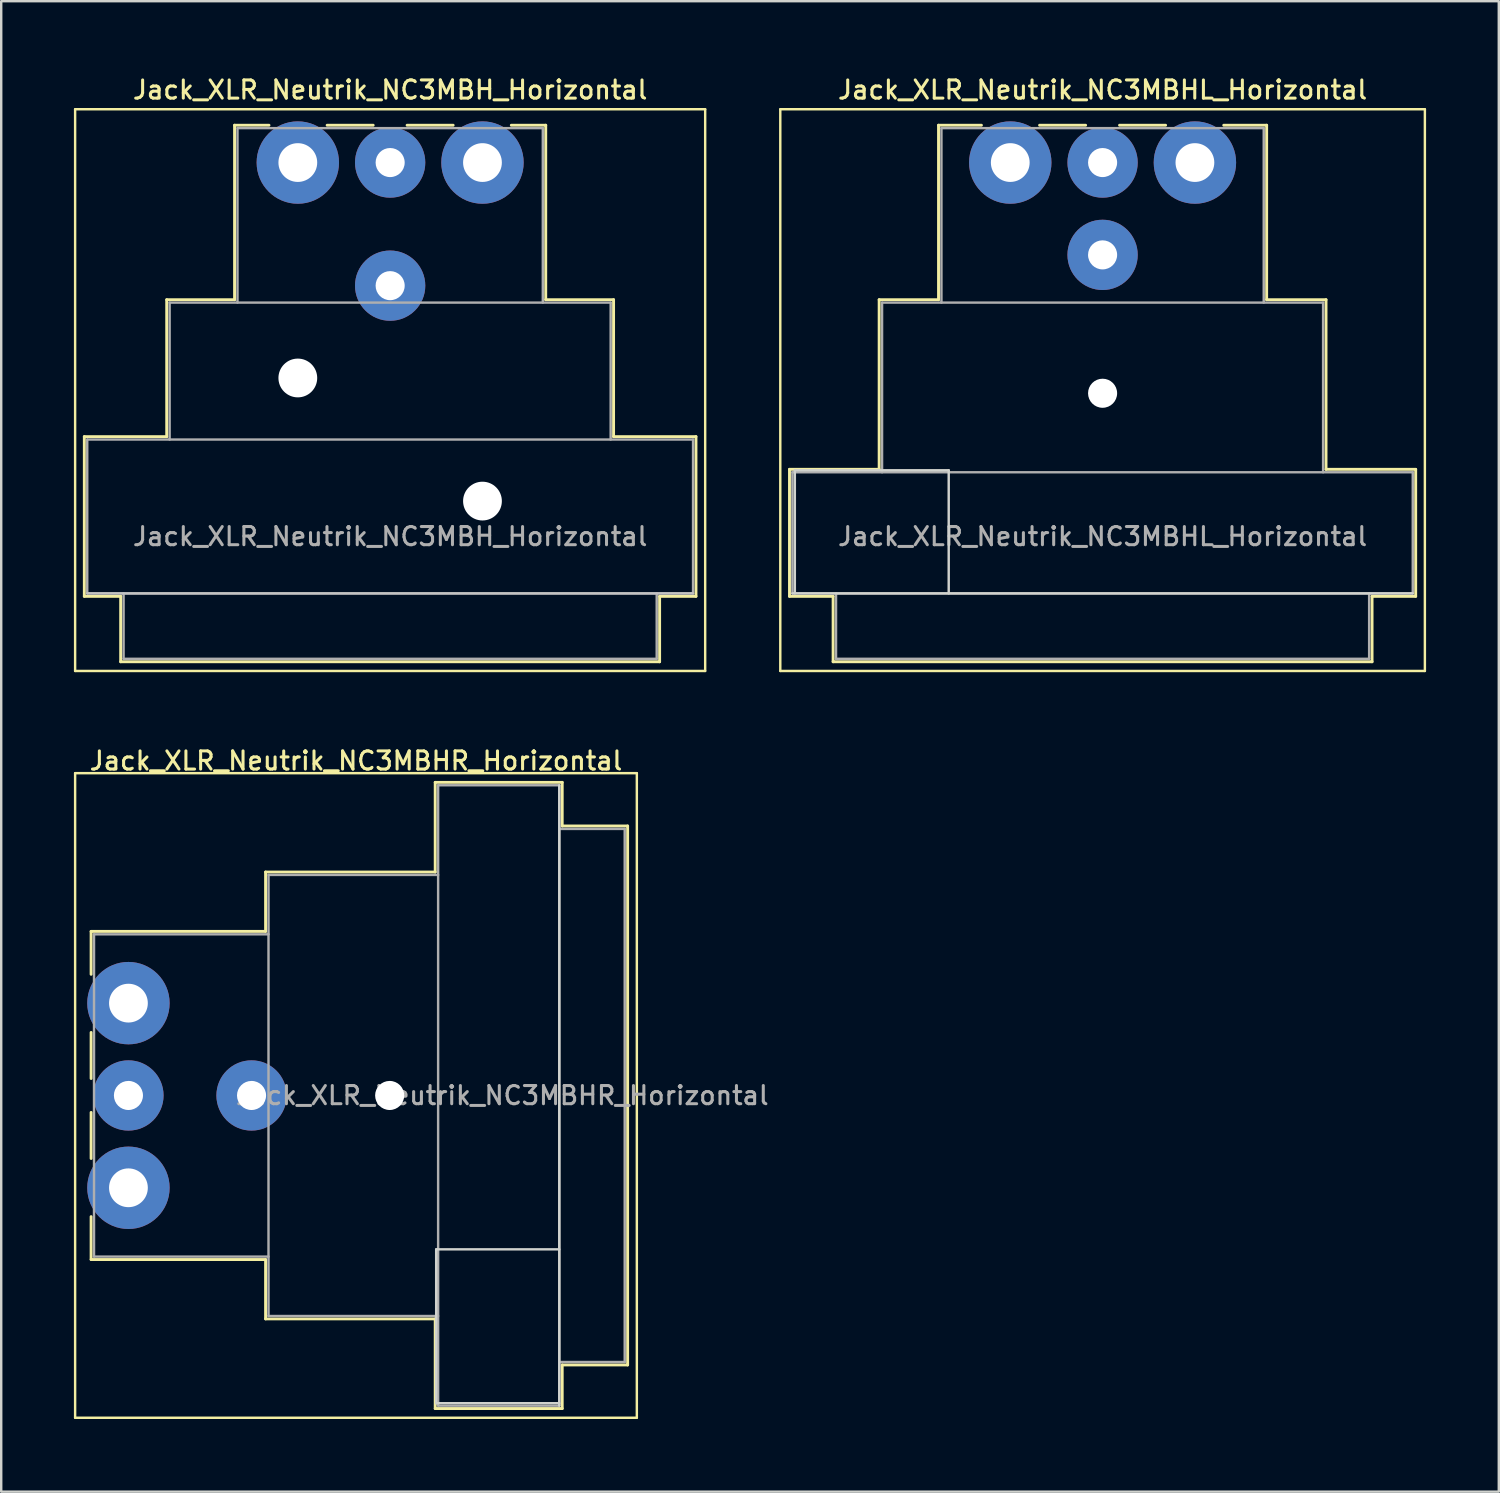
<source format=kicad_pcb>
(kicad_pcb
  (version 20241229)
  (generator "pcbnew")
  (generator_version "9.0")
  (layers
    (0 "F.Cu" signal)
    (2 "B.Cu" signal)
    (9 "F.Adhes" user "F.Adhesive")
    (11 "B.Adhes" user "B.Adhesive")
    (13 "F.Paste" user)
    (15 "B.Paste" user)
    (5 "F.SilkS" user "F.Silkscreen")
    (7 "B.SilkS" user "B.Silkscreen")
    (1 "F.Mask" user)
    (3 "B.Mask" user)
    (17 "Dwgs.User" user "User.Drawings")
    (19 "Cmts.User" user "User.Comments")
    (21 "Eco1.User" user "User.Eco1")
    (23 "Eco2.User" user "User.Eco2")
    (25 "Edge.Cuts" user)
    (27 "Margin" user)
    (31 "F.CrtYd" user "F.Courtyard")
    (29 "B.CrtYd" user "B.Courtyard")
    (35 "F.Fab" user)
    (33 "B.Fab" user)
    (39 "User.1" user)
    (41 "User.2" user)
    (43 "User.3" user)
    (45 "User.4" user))
  (footprint "Jack_XLR_Neutrik_NC3MBH_Horizontal"
    (layer "F.Cu")
    (at 9.24 3.658)
    (property "Reference" "Jack_XLR_Neutrik_NC3MBH_Horizontal" (at 3.81 -3 0) (layer "F.SilkS") (effects (font (size 0.75 0.75) (thickness 0.125))))
    (attr through_hole)
    (fp_line (start -9.19 20.98) (end -9.19 -2.2) (stroke (width 0.1) (type solid)) (layer "F.SilkS"))
    (fp_line (start -8.81 11.31) (end -5.41 11.31) (stroke (width 0.12) (type solid)) (layer "F.SilkS"))
    (fp_line (start -8.81 17.9) (end -8.81 11.31) (stroke (width 0.12) (type solid)) (layer "F.SilkS"))
    (fp_line (start -7.31 17.9) (end -8.81 17.9) (stroke (width 0.12) (type solid)) (layer "F.SilkS"))
    (fp_line (start -7.31 17.9) (end -7.31 20.6) (stroke (width 0.12) (type solid)) (layer "F.SilkS"))
    (fp_line (start -5.41 11.31) (end -5.41 5.66) (stroke (width 0.12) (type solid)) (layer "F.SilkS"))
    (fp_line (start -2.61 5.66) (end -5.41 5.66) (stroke (width 0.12) (type solid)) (layer "F.SilkS"))
    (fp_line (start -2.61 5.66) (end -2.61 -1.54) (stroke (width 0.12) (type solid)) (layer "F.SilkS"))
    (fp_line (start -1.19 -1.54) (end -2.61 -1.54) (stroke (width 0.12) (type solid)) (layer "F.SilkS"))
    (fp_line (start 3.11 -1.54) (end 1.21 -1.54) (stroke (width 0.12) (type solid)) (layer "F.SilkS"))
    (fp_line (start 4.51 -1.54) (end 6.41 -1.54) (stroke (width 0.12) (type solid)) (layer "F.SilkS"))
    (fp_line (start 10.23 -1.54) (end 8.81 -1.54) (stroke (width 0.12) (type solid)) (layer "F.SilkS"))
    (fp_line (start 10.23 5.66) (end 10.23 -1.54) (stroke (width 0.12) (type solid)) (layer "F.SilkS"))
    (fp_line (start 10.23 5.66) (end 13.03 5.66) (stroke (width 0.12) (type solid)) (layer "F.SilkS"))
    (fp_line (start 13.03 11.31) (end 13.03 5.66) (stroke (width 0.12) (type solid)) (layer "F.SilkS"))
    (fp_line (start 13.03 11.31) (end 16.43 11.31) (stroke (width 0.12) (type solid)) (layer "F.SilkS"))
    (fp_line (start 14.93 17.9) (end 14.93 20.6) (stroke (width 0.12) (type solid)) (layer "F.SilkS"))
    (fp_line (start 14.93 20.6) (end -7.31 20.6) (stroke (width 0.12) (type solid)) (layer "F.SilkS"))
    (fp_line (start 16.43 17.9) (end 14.93 17.9) (stroke (width 0.12) (type solid)) (layer "F.SilkS"))
    (fp_line (start 16.43 17.9) (end 16.43 11.31) (stroke (width 0.12) (type solid)) (layer "F.SilkS"))
    (fp_line (start 16.81 -2.2) (end -9.19 -2.2) (stroke (width 0.1) (type solid)) (layer "F.SilkS"))
    (fp_line (start 16.81 20.98) (end -9.19 20.98) (stroke (width 0.1) (type solid)) (layer "F.SilkS"))
    (fp_line (start 16.81 20.98) (end 16.81 -2.2) (stroke (width 0.1) (type solid)) (layer "F.SilkS"))
    (fp_line (start 16.31 17.78) (end -8.69 17.78) (stroke (width 0.1) (type solid)) (layer "Dwgs.User"))
    (fp_line (start -8.69 11.43) (end 16.31 11.43) (stroke (width 0.1) (type solid)) (layer "F.Fab"))
    (fp_line (start -8.69 17.78) (end -8.69 11.43) (stroke (width 0.1) (type solid)) (layer "F.Fab"))
    (fp_line (start -7.19 20.48) (end -7.19 17.78) (stroke (width 0.1) (type solid)) (layer "F.Fab"))
    (fp_line (start -5.29 5.78) (end -5.29 11.43) (stroke (width 0.1) (type solid)) (layer "F.Fab"))
    (fp_line (start -5.29 5.78) (end 12.91 5.78) (stroke (width 0.1) (type solid)) (layer "F.Fab"))
    (fp_line (start -2.49 5.78) (end -2.49 -1.42) (stroke (width 0.1) (type solid)) (layer "F.Fab"))
    (fp_line (start 10.11 -1.42) (end -2.49 -1.42) (stroke (width 0.1) (type solid)) (layer "F.Fab"))
    (fp_line (start 10.11 5.78) (end 10.11 -1.42) (stroke (width 0.1) (type solid)) (layer "F.Fab"))
    (fp_line (start 12.91 11.43) (end 12.91 5.78) (stroke (width 0.1) (type solid)) (layer "F.Fab"))
    (fp_line (start 14.81 17.78) (end 14.81 20.48) (stroke (width 0.1) (type solid)) (layer "F.Fab"))
    (fp_line (start 14.81 20.48) (end -7.19 20.48) (stroke (width 0.1) (type solid)) (layer "F.Fab"))
    (fp_line (start 16.31 11.43) (end 16.31 17.78) (stroke (width 0.1) (type solid)) (layer "F.Fab"))
    (fp_line (start 16.31 17.78) (end -8.69 17.78) (stroke (width 0.1) (type solid)) (layer "F.Fab"))
    (fp_text user "${REFERENCE}" (at 3.81 15.43 0) (layer "F.Fab") (effects (font (size 0.75 0.75) (thickness 0.125))))
    (pad "" np_thru_hole circle (at 0 8.89) (size 1.6 1.6) (drill 1.6) (layers "*.Cu" "*.Mask"))
    (pad "" np_thru_hole circle (at 7.62 13.97) (size 1.6 1.6) (drill 1.6) (layers "*.Cu" "*.Mask"))
    (pad "1" thru_hole circle (at 0 0) (size 3.4 3.4) (drill 1.6) (layers "*.Cu" "*.Mask"))
    (pad "2" thru_hole circle (at 7.62 0) (size 3.4 3.4) (drill 1.6) (layers "*.Cu" "*.Mask"))
    (pad "3" thru_hole circle (at 3.81 0) (size 2.9 2.9) (drill 1.2) (layers "*.Cu" "*.Mask"))
    (pad "G" thru_hole circle (at 3.81 5.08) (size 2.9 2.9) (drill 1.2) (layers "*.Cu" "*.Mask")))
  (footprint "Jack_XLR_Neutrik_NC3MBHR_Horizontal"
    (layer "F.Cu")
    (at 2.25 38.346)
    (property "Reference" "Jack_XLR_Neutrik_NC3MBHR_Horizontal" (at 9.39 -10 0) (layer "F.SilkS") (effects (font (size 0.75 0.75) (thickness 0.125))))
    (attr through_hole)
    (fp_line (start -2.2 -9.49) (end -2.2 17.11) (stroke (width 0.1) (type solid)) (layer "F.SilkS"))
    (fp_line (start -1.54 -2.96) (end -1.54 -1.19) (stroke (width 0.12) (type solid)) (layer "F.SilkS"))
    (fp_line (start -1.54 3.11) (end -1.54 1.21) (stroke (width 0.12) (type solid)) (layer "F.SilkS"))
    (fp_line (start -1.54 4.51) (end -1.54 6.41) (stroke (width 0.12) (type solid)) (layer "F.SilkS"))
    (fp_line (start -1.54 8.81) (end -1.54 10.58) (stroke (width 0.12) (type solid)) (layer "F.SilkS"))
    (fp_line (start 5.66 -2.96) (end -1.54 -2.96) (stroke (width 0.12) (type solid)) (layer "F.SilkS"))
    (fp_line (start 5.66 -2.96) (end 5.66 -5.41) (stroke (width 0.12) (type solid)) (layer "F.SilkS"))
    (fp_line (start 5.66 10.58) (end -1.54 10.58) (stroke (width 0.12) (type solid)) (layer "F.SilkS"))
    (fp_line (start 5.66 10.58) (end 5.66 13.03) (stroke (width 0.12) (type solid)) (layer "F.SilkS"))
    (fp_line (start 12.66 -5.41) (end 5.66 -5.41) (stroke (width 0.12) (type solid)) (layer "F.SilkS"))
    (fp_line (start 12.66 -5.41) (end 12.66 -9.11) (stroke (width 0.12) (type solid)) (layer "F.SilkS"))
    (fp_line (start 12.66 13.03) (end 5.66 13.03) (stroke (width 0.12) (type solid)) (layer "F.SilkS"))
    (fp_line (start 12.66 16.73) (end 12.66 13.03) (stroke (width 0.12) (type solid)) (layer "F.SilkS"))
    (fp_line (start 17.9 -9.11) (end 12.66 -9.11) (stroke (width 0.12) (type solid)) (layer "F.SilkS"))
    (fp_line (start 17.9 -9.11) (end 17.9 -7.31) (stroke (width 0.12) (type solid)) (layer "F.SilkS"))
    (fp_line (start 17.9 -7.31) (end 20.6 -7.31) (stroke (width 0.12) (type solid)) (layer "F.SilkS"))
    (fp_line (start 17.9 14.93) (end 17.9 16.73) (stroke (width 0.12) (type solid)) (layer "F.SilkS"))
    (fp_line (start 17.9 14.93) (end 20.6 14.93) (stroke (width 0.12) (type solid)) (layer "F.SilkS"))
    (fp_line (start 17.9 16.73) (end 12.66 16.73) (stroke (width 0.12) (type solid)) (layer "F.SilkS"))
    (fp_line (start 20.6 -7.31) (end 20.6 14.93) (stroke (width 0.12) (type solid)) (layer "F.SilkS"))
    (fp_line (start 20.98 -9.49) (end -2.2 -9.49) (stroke (width 0.1) (type solid)) (layer "F.SilkS"))
    (fp_line (start 20.98 -9.49) (end 20.98 17.11) (stroke (width 0.1) (type solid)) (layer "F.SilkS"))
    (fp_line (start 20.98 17.11) (end -2.2 17.11) (stroke (width 0.1) (type solid)) (layer "F.SilkS"))
    (fp_line (start 12.7 10.16) (end 12.7 16.51) (stroke (width 0.1) (type solid)) (layer "Edge.Cuts"))
    (fp_line (start 12.7 16.51) (end 17.78 16.51) (stroke (width 0.1) (type solid)) (layer "Edge.Cuts"))
    (fp_line (start 17.78 -8.99) (end 17.78 16.61) (stroke (width 0.1) (type solid)) (layer "Edge.Cuts"))
    (fp_line (start 17.78 10.16) (end 12.7 10.16) (stroke (width 0.1) (type solid)) (layer "Edge.Cuts"))
    (fp_line (start -1.42 -2.84) (end -1.42 10.46) (stroke (width 0.1) (type solid)) (layer "F.Fab"))
    (fp_line (start 5.78 -2.84) (end -1.42 -2.84) (stroke (width 0.1) (type solid)) (layer "F.Fab"))
    (fp_line (start 5.78 10.46) (end -1.42 10.46) (stroke (width 0.1) (type solid)) (layer "F.Fab"))
    (fp_line (start 5.78 12.91) (end 5.78 -5.29) (stroke (width 0.1) (type solid)) (layer "F.Fab"))
    (fp_line (start 5.78 12.91) (end 12.78 12.91) (stroke (width 0.1) (type solid)) (layer "F.Fab"))
    (fp_line (start 12.78 -8.99) (end 17.78 -8.99) (stroke (width 0.1) (type solid)) (layer "F.Fab"))
    (fp_line (start 12.78 -5.29) (end 5.78 -5.29) (stroke (width 0.1) (type solid)) (layer "F.Fab"))
    (fp_line (start 12.78 16.61) (end 12.78 -8.99) (stroke (width 0.1) (type solid)) (layer "F.Fab"))
    (fp_line (start 17.78 -8.99) (end 17.78 16.61) (stroke (width 0.1) (type solid)) (layer "F.Fab"))
    (fp_line (start 17.78 -7.19) (end 20.48 -7.19) (stroke (width 0.1) (type solid)) (layer "F.Fab"))
    (fp_line (start 17.78 16.61) (end 12.78 16.61) (stroke (width 0.1) (type solid)) (layer "F.Fab"))
    (fp_line (start 20.48 -7.19) (end 20.48 14.81) (stroke (width 0.1) (type solid)) (layer "F.Fab"))
    (fp_line (start 20.48 14.81) (end 17.78 14.81) (stroke (width 0.1) (type solid)) (layer "F.Fab"))
    (fp_text user "${REFERENCE}" (at 15.43 3.81 0) (layer "F.Fab") (effects (font (size 0.75 0.75) (thickness 0.125))))
    (pad "" np_thru_hole circle (at 10.78 3.81) (size 1.2 1.2) (drill 1.2) (layers "*.Cu" "*.Mask"))
    (pad "1" thru_hole circle (at 0 0) (size 3.4 3.4) (drill 1.6) (layers "*.Cu" "*.Mask"))
    (pad "2" thru_hole circle (at 0 3.81) (size 2.9 2.9) (drill 1.2) (layers "*.Cu" "*.Mask"))
    (pad "3" thru_hole circle (at 0 7.62) (size 3.4 3.4) (drill 1.6) (layers "*.Cu" "*.Mask"))
    (pad "G" thru_hole circle (at 5.08 3.81) (size 2.9 2.9) (drill 1.2) (layers "*.Cu" "*.Mask")))
  (footprint "Jack_XLR_Neutrik_NC3MBHL_Horizontal"
    (layer "F.Cu")
    (at 38.64 3.658)
    (property "Reference" "Jack_XLR_Neutrik_NC3MBHL_Horizontal" (at 3.81 -3 0) (layer "F.SilkS") (effects (font (size 0.75 0.75) (thickness 0.125))))
    (attr through_hole)
    (fp_line (start -9.49 20.98) (end -9.49 -2.2) (stroke (width 0.1) (type solid)) (layer "F.SilkS"))
    (fp_line (start -9.11 12.66) (end -5.41 12.66) (stroke (width 0.12) (type solid)) (layer "F.SilkS"))
    (fp_line (start -9.11 17.9) (end -9.11 12.66) (stroke (width 0.12) (type solid)) (layer "F.SilkS"))
    (fp_line (start -7.31 17.9) (end -9.11 17.9) (stroke (width 0.12) (type solid)) (layer "F.SilkS"))
    (fp_line (start -7.31 17.9) (end -7.31 20.6) (stroke (width 0.12) (type solid)) (layer "F.SilkS"))
    (fp_line (start -5.41 12.66) (end -5.41 5.66) (stroke (width 0.12) (type solid)) (layer "F.SilkS"))
    (fp_line (start -2.96 5.66) (end -5.41 5.66) (stroke (width 0.12) (type solid)) (layer "F.SilkS"))
    (fp_line (start -2.96 5.66) (end -2.96 -1.54) (stroke (width 0.12) (type solid)) (layer "F.SilkS"))
    (fp_line (start -1.19 -1.54) (end -2.96 -1.54) (stroke (width 0.12) (type solid)) (layer "F.SilkS"))
    (fp_line (start 3.11 -1.54) (end 1.21 -1.54) (stroke (width 0.12) (type solid)) (layer "F.SilkS"))
    (fp_line (start 4.51 -1.54) (end 6.41 -1.54) (stroke (width 0.12) (type solid)) (layer "F.SilkS"))
    (fp_line (start 10.58 -1.54) (end 8.81 -1.54) (stroke (width 0.12) (type solid)) (layer "F.SilkS"))
    (fp_line (start 10.58 5.66) (end 10.58 -1.54) (stroke (width 0.12) (type solid)) (layer "F.SilkS"))
    (fp_line (start 10.58 5.66) (end 13.03 5.66) (stroke (width 0.12) (type solid)) (layer "F.SilkS"))
    (fp_line (start 13.03 12.66) (end 13.03 5.66) (stroke (width 0.12) (type solid)) (layer "F.SilkS"))
    (fp_line (start 13.03 12.66) (end 16.73 12.66) (stroke (width 0.12) (type solid)) (layer "F.SilkS"))
    (fp_line (start 14.93 17.9) (end 14.93 20.6) (stroke (width 0.12) (type solid)) (layer "F.SilkS"))
    (fp_line (start 14.93 20.6) (end -7.31 20.6) (stroke (width 0.12) (type solid)) (layer "F.SilkS"))
    (fp_line (start 16.73 17.9) (end 14.93 17.9) (stroke (width 0.12) (type solid)) (layer "F.SilkS"))
    (fp_line (start 16.73 17.9) (end 16.73 12.66) (stroke (width 0.12) (type solid)) (layer "F.SilkS"))
    (fp_line (start 17.11 -2.2) (end -9.49 -2.2) (stroke (width 0.1) (type solid)) (layer "F.SilkS"))
    (fp_line (start 17.11 20.98) (end -9.49 20.98) (stroke (width 0.1) (type solid)) (layer "F.SilkS"))
    (fp_line (start 17.11 20.98) (end 17.11 -2.2) (stroke (width 0.1) (type solid)) (layer "F.SilkS"))
    (fp_line (start -8.89 12.7) (end -8.89 17.78) (stroke (width 0.1) (type solid)) (layer "Edge.Cuts"))
    (fp_line (start -2.54 12.7) (end -8.89 12.7) (stroke (width 0.1) (type solid)) (layer "Edge.Cuts"))
    (fp_line (start -2.54 17.78) (end -2.54 12.7) (stroke (width 0.1) (type solid)) (layer "Edge.Cuts"))
    (fp_line (start 16.61 17.78) (end -8.99 17.78) (stroke (width 0.1) (type solid)) (layer "Edge.Cuts"))
    (fp_line (start -8.99 12.78) (end 16.61 12.78) (stroke (width 0.1) (type solid)) (layer "F.Fab"))
    (fp_line (start -8.99 17.78) (end -8.99 12.78) (stroke (width 0.1) (type solid)) (layer "F.Fab"))
    (fp_line (start -7.19 20.48) (end -7.19 17.78) (stroke (width 0.1) (type solid)) (layer "F.Fab"))
    (fp_line (start -5.29 5.78) (end -5.29 12.78) (stroke (width 0.1) (type solid)) (layer "F.Fab"))
    (fp_line (start -5.29 5.78) (end 12.91 5.78) (stroke (width 0.1) (type solid)) (layer "F.Fab"))
    (fp_line (start -2.84 5.78) (end -2.84 -1.42) (stroke (width 0.1) (type solid)) (layer "F.Fab"))
    (fp_line (start 10.46 -1.42) (end -2.84 -1.42) (stroke (width 0.1) (type solid)) (layer "F.Fab"))
    (fp_line (start 10.46 5.78) (end 10.46 -1.42) (stroke (width 0.1) (type solid)) (layer "F.Fab"))
    (fp_line (start 12.91 12.78) (end 12.91 5.78) (stroke (width 0.1) (type solid)) (layer "F.Fab"))
    (fp_line (start 14.81 17.78) (end 14.81 20.48) (stroke (width 0.1) (type solid)) (layer "F.Fab"))
    (fp_line (start 14.81 20.48) (end -7.19 20.48) (stroke (width 0.1) (type solid)) (layer "F.Fab"))
    (fp_line (start 16.61 12.78) (end 16.61 17.78) (stroke (width 0.1) (type solid)) (layer "F.Fab"))
    (fp_line (start 16.61 17.78) (end -8.99 17.78) (stroke (width 0.1) (type solid)) (layer "F.Fab"))
    (fp_text user "${REFERENCE}" (at 3.81 15.43 0) (layer "F.Fab") (effects (font (size 0.75 0.75) (thickness 0.125))))
    (pad "" np_thru_hole circle (at 3.81 9.52) (size 1.2 1.2) (drill 1.2) (layers "*.Cu" "*.Mask"))
    (pad "1" thru_hole circle (at 0 0) (size 3.4 3.4) (drill 1.6) (layers "*.Cu" "*.Mask"))
    (pad "2" thru_hole circle (at 3.81 0) (size 2.9 2.9) (drill 1.2) (layers "*.Cu" "*.Mask"))
    (pad "3" thru_hole circle (at 7.62 0) (size 3.4 3.4) (drill 1.6) (layers "*.Cu" "*.Mask"))
    (pad "G" thru_hole circle (at 3.81 3.81) (size 2.9 2.9) (drill 1.2) (layers "*.Cu" "*.Mask")))
  (gr_rect
    (start -3 -3)
    (end 58.8 58.506)
    (stroke (width 0.1) (type default))
    (fill no)
    (layer "Edge.Cuts")))
</source>
